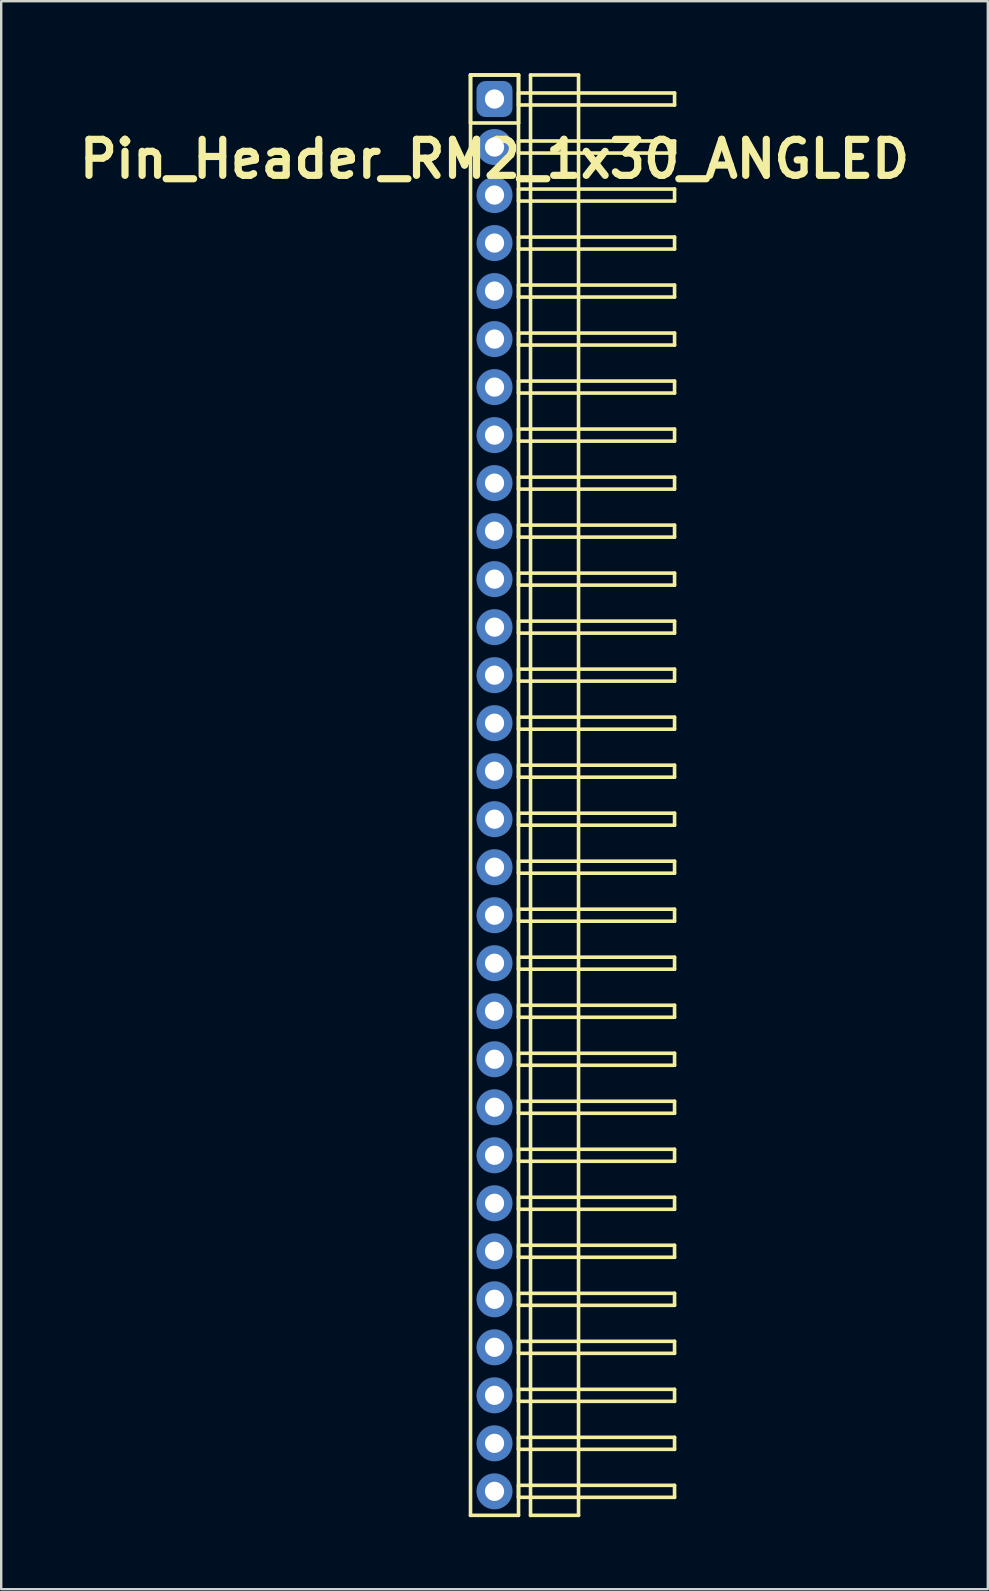
<source format=kicad_pcb>
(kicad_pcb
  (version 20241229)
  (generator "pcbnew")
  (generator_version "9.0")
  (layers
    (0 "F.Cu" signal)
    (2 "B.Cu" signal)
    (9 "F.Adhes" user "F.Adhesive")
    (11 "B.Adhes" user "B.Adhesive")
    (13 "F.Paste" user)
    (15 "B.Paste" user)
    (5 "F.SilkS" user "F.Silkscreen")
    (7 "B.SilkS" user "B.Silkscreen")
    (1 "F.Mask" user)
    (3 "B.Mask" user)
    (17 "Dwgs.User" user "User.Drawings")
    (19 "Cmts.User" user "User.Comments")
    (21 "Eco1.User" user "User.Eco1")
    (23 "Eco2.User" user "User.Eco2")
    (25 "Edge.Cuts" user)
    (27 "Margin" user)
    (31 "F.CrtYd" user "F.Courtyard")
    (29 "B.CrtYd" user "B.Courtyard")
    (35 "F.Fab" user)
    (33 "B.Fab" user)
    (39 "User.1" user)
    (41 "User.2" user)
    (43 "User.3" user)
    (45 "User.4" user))
  (footprint "Pin_Header_RM2_1x30_ANGLED"
    (layer "F.Cu")
    (at 17.55 1.075)
    (property "Reference" "Pin_Header_RM2_1x30_ANGLED" (at 0 2.5 0) (layer "F.SilkS") (effects (font (size 1.5 1.5) (thickness 0.3))))
    (attr through_hole)
    (fp_line (start -1 -1) (end 1 -1) (stroke (width 0.15) (type solid)) (layer "F.SilkS"))
    (fp_line (start -1 -1) (end 1 -1) (stroke (width 0.15) (type solid)) (layer "F.SilkS"))
    (fp_line (start -1 1) (end -1 -1) (stroke (width 0.15) (type solid)) (layer "F.SilkS"))
    (fp_line (start -1 59) (end -1 -1) (stroke (width 0.15) (type solid)) (layer "F.SilkS"))
    (fp_line (start 1 -1) (end 1 1) (stroke (width 0.15) (type solid)) (layer "F.SilkS"))
    (fp_line (start 1 -1) (end 1 59) (stroke (width 0.15) (type solid)) (layer "F.SilkS"))
    (fp_line (start 1 -0.25) (end 7.5 -0.25) (stroke (width 0.15) (type solid)) (layer "F.SilkS"))
    (fp_line (start 1 0.25) (end 1 -0.25) (stroke (width 0.15) (type solid)) (layer "F.SilkS"))
    (fp_line (start 1 1) (end -1 1) (stroke (width 0.15) (type solid)) (layer "F.SilkS"))
    (fp_line (start 1 1.75) (end 7.5 1.75) (stroke (width 0.15) (type solid)) (layer "F.SilkS"))
    (fp_line (start 1 2.25) (end 1 1.75) (stroke (width 0.15) (type solid)) (layer "F.SilkS"))
    (fp_line (start 1 3.75) (end 7.5 3.75) (stroke (width 0.15) (type solid)) (layer "F.SilkS"))
    (fp_line (start 1 4.25) (end 1 3.75) (stroke (width 0.15) (type solid)) (layer "F.SilkS"))
    (fp_line (start 1 5.75) (end 7.5 5.75) (stroke (width 0.15) (type solid)) (layer "F.SilkS"))
    (fp_line (start 1 6.25) (end 1 5.75) (stroke (width 0.15) (type solid)) (layer "F.SilkS"))
    (fp_line (start 1 7.75) (end 7.5 7.75) (stroke (width 0.15) (type solid)) (layer "F.SilkS"))
    (fp_line (start 1 8.25) (end 1 7.75) (stroke (width 0.15) (type solid)) (layer "F.SilkS"))
    (fp_line (start 1 9.75) (end 7.5 9.75) (stroke (width 0.15) (type solid)) (layer "F.SilkS"))
    (fp_line (start 1 10.25) (end 1 9.75) (stroke (width 0.15) (type solid)) (layer "F.SilkS"))
    (fp_line (start 1 11.75) (end 7.5 11.75) (stroke (width 0.15) (type solid)) (layer "F.SilkS"))
    (fp_line (start 1 12.25) (end 1 11.75) (stroke (width 0.15) (type solid)) (layer "F.SilkS"))
    (fp_line (start 1 13.75) (end 7.5 13.75) (stroke (width 0.15) (type solid)) (layer "F.SilkS"))
    (fp_line (start 1 14.25) (end 1 13.75) (stroke (width 0.15) (type solid)) (layer "F.SilkS"))
    (fp_line (start 1 15.75) (end 7.5 15.75) (stroke (width 0.15) (type solid)) (layer "F.SilkS"))
    (fp_line (start 1 16.25) (end 1 15.75) (stroke (width 0.15) (type solid)) (layer "F.SilkS"))
    (fp_line (start 1 17.75) (end 7.5 17.75) (stroke (width 0.15) (type solid)) (layer "F.SilkS"))
    (fp_line (start 1 18.25) (end 1 17.75) (stroke (width 0.15) (type solid)) (layer "F.SilkS"))
    (fp_line (start 1 19.75) (end 7.5 19.75) (stroke (width 0.15) (type solid)) (layer "F.SilkS"))
    (fp_line (start 1 20.25) (end 1 19.75) (stroke (width 0.15) (type solid)) (layer "F.SilkS"))
    (fp_line (start 1 21.75) (end 7.5 21.75) (stroke (width 0.15) (type solid)) (layer "F.SilkS"))
    (fp_line (start 1 22.25) (end 1 21.75) (stroke (width 0.15) (type solid)) (layer "F.SilkS"))
    (fp_line (start 1 23.75) (end 7.5 23.75) (stroke (width 0.15) (type solid)) (layer "F.SilkS"))
    (fp_line (start 1 24.25) (end 1 23.75) (stroke (width 0.15) (type solid)) (layer "F.SilkS"))
    (fp_line (start 1 25.75) (end 7.5 25.75) (stroke (width 0.15) (type solid)) (layer "F.SilkS"))
    (fp_line (start 1 26.25) (end 1 25.75) (stroke (width 0.15) (type solid)) (layer "F.SilkS"))
    (fp_line (start 1 27.75) (end 7.5 27.75) (stroke (width 0.15) (type solid)) (layer "F.SilkS"))
    (fp_line (start 1 28.25) (end 1 27.75) (stroke (width 0.15) (type solid)) (layer "F.SilkS"))
    (fp_line (start 1 29.75) (end 7.5 29.75) (stroke (width 0.15) (type solid)) (layer "F.SilkS"))
    (fp_line (start 1 30.25) (end 1 29.75) (stroke (width 0.15) (type solid)) (layer "F.SilkS"))
    (fp_line (start 1 31.75) (end 7.5 31.75) (stroke (width 0.15) (type solid)) (layer "F.SilkS"))
    (fp_line (start 1 32.25) (end 1 31.75) (stroke (width 0.15) (type solid)) (layer "F.SilkS"))
    (fp_line (start 1 33.75) (end 7.5 33.75) (stroke (width 0.15) (type solid)) (layer "F.SilkS"))
    (fp_line (start 1 34.25) (end 1 33.75) (stroke (width 0.15) (type solid)) (layer "F.SilkS"))
    (fp_line (start 1 35.75) (end 7.5 35.75) (stroke (width 0.15) (type solid)) (layer "F.SilkS"))
    (fp_line (start 1 36.25) (end 1 35.75) (stroke (width 0.15) (type solid)) (layer "F.SilkS"))
    (fp_line (start 1 37.75) (end 7.5 37.75) (stroke (width 0.15) (type solid)) (layer "F.SilkS"))
    (fp_line (start 1 38.25) (end 1 37.75) (stroke (width 0.15) (type solid)) (layer "F.SilkS"))
    (fp_line (start 1 39.75) (end 7.5 39.75) (stroke (width 0.15) (type solid)) (layer "F.SilkS"))
    (fp_line (start 1 40.25) (end 1 39.75) (stroke (width 0.15) (type solid)) (layer "F.SilkS"))
    (fp_line (start 1 41.75) (end 7.5 41.75) (stroke (width 0.15) (type solid)) (layer "F.SilkS"))
    (fp_line (start 1 42.25) (end 1 41.75) (stroke (width 0.15) (type solid)) (layer "F.SilkS"))
    (fp_line (start 1 43.75) (end 7.5 43.75) (stroke (width 0.15) (type solid)) (layer "F.SilkS"))
    (fp_line (start 1 44.25) (end 1 43.75) (stroke (width 0.15) (type solid)) (layer "F.SilkS"))
    (fp_line (start 1 45.75) (end 7.5 45.75) (stroke (width 0.15) (type solid)) (layer "F.SilkS"))
    (fp_line (start 1 46.25) (end 1 45.75) (stroke (width 0.15) (type solid)) (layer "F.SilkS"))
    (fp_line (start 1 47.75) (end 7.5 47.75) (stroke (width 0.15) (type solid)) (layer "F.SilkS"))
    (fp_line (start 1 48.25) (end 1 47.75) (stroke (width 0.15) (type solid)) (layer "F.SilkS"))
    (fp_line (start 1 49.75) (end 7.5 49.75) (stroke (width 0.15) (type solid)) (layer "F.SilkS"))
    (fp_line (start 1 50.25) (end 1 49.75) (stroke (width 0.15) (type solid)) (layer "F.SilkS"))
    (fp_line (start 1 51.75) (end 7.5 51.75) (stroke (width 0.15) (type solid)) (layer "F.SilkS"))
    (fp_line (start 1 52.25) (end 1 51.75) (stroke (width 0.15) (type solid)) (layer "F.SilkS"))
    (fp_line (start 1 53.75) (end 7.5 53.75) (stroke (width 0.15) (type solid)) (layer "F.SilkS"))
    (fp_line (start 1 54.25) (end 1 53.75) (stroke (width 0.15) (type solid)) (layer "F.SilkS"))
    (fp_line (start 1 55.75) (end 7.5 55.75) (stroke (width 0.15) (type solid)) (layer "F.SilkS"))
    (fp_line (start 1 56.25) (end 1 55.75) (stroke (width 0.15) (type solid)) (layer "F.SilkS"))
    (fp_line (start 1 57.75) (end 7.5 57.75) (stroke (width 0.15) (type solid)) (layer "F.SilkS"))
    (fp_line (start 1 58.25) (end 1 57.75) (stroke (width 0.15) (type solid)) (layer "F.SilkS"))
    (fp_line (start 1 59) (end -1 59) (stroke (width 0.15) (type solid)) (layer "F.SilkS"))
    (fp_line (start 1.5 -1) (end 3.5 -1) (stroke (width 0.15) (type solid)) (layer "F.SilkS"))
    (fp_line (start 1.5 59) (end 1.5 -1) (stroke (width 0.15) (type solid)) (layer "F.SilkS"))
    (fp_line (start 3.5 -1) (end 3.5 59) (stroke (width 0.15) (type solid)) (layer "F.SilkS"))
    (fp_line (start 3.5 59) (end 1.5 59) (stroke (width 0.15) (type solid)) (layer "F.SilkS"))
    (fp_line (start 7.5 -0.25) (end 7.5 0.25) (stroke (width 0.15) (type solid)) (layer "F.SilkS"))
    (fp_line (start 7.5 0.25) (end 1 0.25) (stroke (width 0.15) (type solid)) (layer "F.SilkS"))
    (fp_line (start 7.5 1.75) (end 7.5 2.25) (stroke (width 0.15) (type solid)) (layer "F.SilkS"))
    (fp_line (start 7.5 2.25) (end 1 2.25) (stroke (width 0.15) (type solid)) (layer "F.SilkS"))
    (fp_line (start 7.5 3.75) (end 7.5 4.25) (stroke (width 0.15) (type solid)) (layer "F.SilkS"))
    (fp_line (start 7.5 4.25) (end 1 4.25) (stroke (width 0.15) (type solid)) (layer "F.SilkS"))
    (fp_line (start 7.5 5.75) (end 7.5 6.25) (stroke (width 0.15) (type solid)) (layer "F.SilkS"))
    (fp_line (start 7.5 6.25) (end 1 6.25) (stroke (width 0.15) (type solid)) (layer "F.SilkS"))
    (fp_line (start 7.5 7.75) (end 7.5 8.25) (stroke (width 0.15) (type solid)) (layer "F.SilkS"))
    (fp_line (start 7.5 8.25) (end 1 8.25) (stroke (width 0.15) (type solid)) (layer "F.SilkS"))
    (fp_line (start 7.5 9.75) (end 7.5 10.25) (stroke (width 0.15) (type solid)) (layer "F.SilkS"))
    (fp_line (start 7.5 10.25) (end 1 10.25) (stroke (width 0.15) (type solid)) (layer "F.SilkS"))
    (fp_line (start 7.5 11.75) (end 7.5 12.25) (stroke (width 0.15) (type solid)) (layer "F.SilkS"))
    (fp_line (start 7.5 12.25) (end 1 12.25) (stroke (width 0.15) (type solid)) (layer "F.SilkS"))
    (fp_line (start 7.5 13.75) (end 7.5 14.25) (stroke (width 0.15) (type solid)) (layer "F.SilkS"))
    (fp_line (start 7.5 14.25) (end 1 14.25) (stroke (width 0.15) (type solid)) (layer "F.SilkS"))
    (fp_line (start 7.5 15.75) (end 7.5 16.25) (stroke (width 0.15) (type solid)) (layer "F.SilkS"))
    (fp_line (start 7.5 16.25) (end 1 16.25) (stroke (width 0.15) (type solid)) (layer "F.SilkS"))
    (fp_line (start 7.5 17.75) (end 7.5 18.25) (stroke (width 0.15) (type solid)) (layer "F.SilkS"))
    (fp_line (start 7.5 18.25) (end 1 18.25) (stroke (width 0.15) (type solid)) (layer "F.SilkS"))
    (fp_line (start 7.5 19.75) (end 7.5 20.25) (stroke (width 0.15) (type solid)) (layer "F.SilkS"))
    (fp_line (start 7.5 20.25) (end 1 20.25) (stroke (width 0.15) (type solid)) (layer "F.SilkS"))
    (fp_line (start 7.5 21.75) (end 7.5 22.25) (stroke (width 0.15) (type solid)) (layer "F.SilkS"))
    (fp_line (start 7.5 22.25) (end 1 22.25) (stroke (width 0.15) (type solid)) (layer "F.SilkS"))
    (fp_line (start 7.5 23.75) (end 7.5 24.25) (stroke (width 0.15) (type solid)) (layer "F.SilkS"))
    (fp_line (start 7.5 24.25) (end 1 24.25) (stroke (width 0.15) (type solid)) (layer "F.SilkS"))
    (fp_line (start 7.5 25.75) (end 7.5 26.25) (stroke (width 0.15) (type solid)) (layer "F.SilkS"))
    (fp_line (start 7.5 26.25) (end 1 26.25) (stroke (width 0.15) (type solid)) (layer "F.SilkS"))
    (fp_line (start 7.5 27.75) (end 7.5 28.25) (stroke (width 0.15) (type solid)) (layer "F.SilkS"))
    (fp_line (start 7.5 28.25) (end 1 28.25) (stroke (width 0.15) (type solid)) (layer "F.SilkS"))
    (fp_line (start 7.5 29.75) (end 7.5 30.25) (stroke (width 0.15) (type solid)) (layer "F.SilkS"))
    (fp_line (start 7.5 30.25) (end 1 30.25) (stroke (width 0.15) (type solid)) (layer "F.SilkS"))
    (fp_line (start 7.5 31.75) (end 7.5 32.25) (stroke (width 0.15) (type solid)) (layer "F.SilkS"))
    (fp_line (start 7.5 32.25) (end 1 32.25) (stroke (width 0.15) (type solid)) (layer "F.SilkS"))
    (fp_line (start 7.5 33.75) (end 7.5 34.25) (stroke (width 0.15) (type solid)) (layer "F.SilkS"))
    (fp_line (start 7.5 34.25) (end 1 34.25) (stroke (width 0.15) (type solid)) (layer "F.SilkS"))
    (fp_line (start 7.5 35.75) (end 7.5 36.25) (stroke (width 0.15) (type solid)) (layer "F.SilkS"))
    (fp_line (start 7.5 36.25) (end 1 36.25) (stroke (width 0.15) (type solid)) (layer "F.SilkS"))
    (fp_line (start 7.5 37.75) (end 7.5 38.25) (stroke (width 0.15) (type solid)) (layer "F.SilkS"))
    (fp_line (start 7.5 38.25) (end 1 38.25) (stroke (width 0.15) (type solid)) (layer "F.SilkS"))
    (fp_line (start 7.5 39.75) (end 7.5 40.25) (stroke (width 0.15) (type solid)) (layer "F.SilkS"))
    (fp_line (start 7.5 40.25) (end 1 40.25) (stroke (width 0.15) (type solid)) (layer "F.SilkS"))
    (fp_line (start 7.5 41.75) (end 7.5 42.25) (stroke (width 0.15) (type solid)) (layer "F.SilkS"))
    (fp_line (start 7.5 42.25) (end 1 42.25) (stroke (width 0.15) (type solid)) (layer "F.SilkS"))
    (fp_line (start 7.5 43.75) (end 7.5 44.25) (stroke (width 0.15) (type solid)) (layer "F.SilkS"))
    (fp_line (start 7.5 44.25) (end 1 44.25) (stroke (width 0.15) (type solid)) (layer "F.SilkS"))
    (fp_line (start 7.5 45.75) (end 7.5 46.25) (stroke (width 0.15) (type solid)) (layer "F.SilkS"))
    (fp_line (start 7.5 46.25) (end 1 46.25) (stroke (width 0.15) (type solid)) (layer "F.SilkS"))
    (fp_line (start 7.5 47.75) (end 7.5 48.25) (stroke (width 0.15) (type solid)) (layer "F.SilkS"))
    (fp_line (start 7.5 48.25) (end 1 48.25) (stroke (width 0.15) (type solid)) (layer "F.SilkS"))
    (fp_line (start 7.5 49.75) (end 7.5 50.25) (stroke (width 0.15) (type solid)) (layer "F.SilkS"))
    (fp_line (start 7.5 50.25) (end 1 50.25) (stroke (width 0.15) (type solid)) (layer "F.SilkS"))
    (fp_line (start 7.5 51.75) (end 7.5 52.25) (stroke (width 0.15) (type solid)) (layer "F.SilkS"))
    (fp_line (start 7.5 52.25) (end 1 52.25) (stroke (width 0.15) (type solid)) (layer "F.SilkS"))
    (fp_line (start 7.5 53.75) (end 7.5 54.25) (stroke (width 0.15) (type solid)) (layer "F.SilkS"))
    (fp_line (start 7.5 54.25) (end 1 54.25) (stroke (width 0.15) (type solid)) (layer "F.SilkS"))
    (fp_line (start 7.5 55.75) (end 7.5 56.25) (stroke (width 0.15) (type solid)) (layer "F.SilkS"))
    (fp_line (start 7.5 56.25) (end 1 56.25) (stroke (width 0.15) (type solid)) (layer "F.SilkS"))
    (fp_line (start 7.5 57.75) (end 7.5 58.25) (stroke (width 0.15) (type solid)) (layer "F.SilkS"))
    (fp_line (start 7.5 58.25) (end 1 58.25) (stroke (width 0.15) (type solid)) (layer "F.SilkS"))
    (pad "1" thru_hole circle (at 0 0) (size 1.1 1.1) (drill 0.8) (layers "*.Cu" "*.Mask"))
    (pad "1" smd roundrect (at 0 0) (size 1.25 1.25) (layers "F.Cu" "F.Mask") (roundrect_rratio 0.25))
    (pad "1" smd roundrect (at 0 0) (size 1.5 1.5) (layers "B.Cu" "B.Mask") (roundrect_rratio 0.25))
    (pad "2" thru_hole circle (at 0 2) (size 1.1 1.1) (drill 0.8) (layers "*.Cu" "*.Mask"))
    (pad "2" smd circle (at 0 2) (size 1.25 1.25) (layers "F.Cu" "F.Mask"))
    (pad "2" smd circle (at 0 2) (size 1.5 1.5) (layers "B.Cu" "B.Mask"))
    (pad "3" thru_hole circle (at 0 4) (size 1.1 1.1) (drill 0.8) (layers "*.Cu" "*.Mask"))
    (pad "3" smd circle (at 0 4) (size 1.25 1.25) (layers "F.Cu" "F.Mask"))
    (pad "3" smd circle (at 0 4) (size 1.5 1.5) (layers "B.Cu" "B.Mask"))
    (pad "4" thru_hole circle (at 0 6) (size 1.1 1.1) (drill 0.8) (layers "*.Cu" "*.Mask"))
    (pad "4" smd circle (at 0 6) (size 1.25 1.25) (layers "F.Cu" "F.Mask"))
    (pad "4" smd circle (at 0 6) (size 1.5 1.5) (layers "B.Cu" "B.Mask"))
    (pad "5" thru_hole circle (at 0 8) (size 1.1 1.1) (drill 0.8) (layers "*.Cu" "*.Mask"))
    (pad "5" smd circle (at 0 8) (size 1.25 1.25) (layers "F.Cu" "F.Mask"))
    (pad "5" smd circle (at 0 8) (size 1.5 1.5) (layers "B.Cu" "B.Mask"))
    (pad "6" thru_hole circle (at 0 10) (size 1.1 1.1) (drill 0.8) (layers "*.Cu" "*.Mask"))
    (pad "6" smd circle (at 0 10) (size 1.25 1.25) (layers "F.Cu" "F.Mask"))
    (pad "6" smd circle (at 0 10) (size 1.5 1.5) (layers "B.Cu" "B.Mask"))
    (pad "7" thru_hole circle (at 0 12) (size 1.1 1.1) (drill 0.8) (layers "*.Cu" "*.Mask"))
    (pad "7" smd circle (at 0 12) (size 1.25 1.25) (layers "F.Cu" "F.Mask"))
    (pad "7" smd circle (at 0 12) (size 1.5 1.5) (layers "B.Cu" "B.Mask"))
    (pad "8" thru_hole circle (at 0 14) (size 1.1 1.1) (drill 0.8) (layers "*.Cu" "*.Mask"))
    (pad "8" smd circle (at 0 14) (size 1.25 1.25) (layers "F.Cu" "F.Mask"))
    (pad "8" smd circle (at 0 14) (size 1.5 1.5) (layers "B.Cu" "B.Mask"))
    (pad "9" thru_hole circle (at 0 16) (size 1.1 1.1) (drill 0.8) (layers "*.Cu" "*.Mask"))
    (pad "9" smd circle (at 0 16) (size 1.25 1.25) (layers "F.Cu" "F.Mask"))
    (pad "9" smd circle (at 0 16) (size 1.5 1.5) (layers "B.Cu" "B.Mask"))
    (pad "10" thru_hole circle (at 0 18) (size 1.1 1.1) (drill 0.8) (layers "*.Cu" "*.Mask"))
    (pad "10" smd circle (at 0 18) (size 1.25 1.25) (layers "F.Cu" "F.Mask"))
    (pad "10" smd circle (at 0 18) (size 1.5 1.5) (layers "B.Cu" "B.Mask"))
    (pad "11" thru_hole circle (at 0 20) (size 1.1 1.1) (drill 0.8) (layers "*.Cu" "*.Mask"))
    (pad "11" smd circle (at 0 20) (size 1.25 1.25) (layers "F.Cu" "F.Mask"))
    (pad "11" smd circle (at 0 20) (size 1.5 1.5) (layers "B.Cu" "B.Mask"))
    (pad "12" thru_hole circle (at 0 22) (size 1.1 1.1) (drill 0.8) (layers "*.Cu" "*.Mask"))
    (pad "12" smd circle (at 0 22) (size 1.25 1.25) (layers "F.Cu" "F.Mask"))
    (pad "12" smd circle (at 0 22) (size 1.5 1.5) (layers "B.Cu" "B.Mask"))
    (pad "13" thru_hole circle (at 0 24) (size 1.1 1.1) (drill 0.8) (layers "*.Cu" "*.Mask"))
    (pad "13" smd circle (at 0 24) (size 1.25 1.25) (layers "F.Cu" "F.Mask"))
    (pad "13" smd circle (at 0 24) (size 1.5 1.5) (layers "B.Cu" "B.Mask"))
    (pad "14" thru_hole circle (at 0 26) (size 1.1 1.1) (drill 0.8) (layers "*.Cu" "*.Mask"))
    (pad "14" smd circle (at 0 26) (size 1.25 1.25) (layers "F.Cu" "F.Mask"))
    (pad "14" smd circle (at 0 26) (size 1.5 1.5) (layers "B.Cu" "B.Mask"))
    (pad "15" thru_hole circle (at 0 28) (size 1.1 1.1) (drill 0.8) (layers "*.Cu" "*.Mask"))
    (pad "15" smd circle (at 0 28) (size 1.25 1.25) (layers "F.Cu" "F.Mask"))
    (pad "15" smd circle (at 0 28) (size 1.5 1.5) (layers "B.Cu" "B.Mask"))
    (pad "16" thru_hole circle (at 0 30) (size 1.1 1.1) (drill 0.8) (layers "*.Cu" "*.Mask"))
    (pad "16" smd circle (at 0 30) (size 1.25 1.25) (layers "F.Cu" "F.Mask"))
    (pad "16" smd circle (at 0 30) (size 1.5 1.5) (layers "B.Cu" "B.Mask"))
    (pad "17" thru_hole circle (at 0 32) (size 1.1 1.1) (drill 0.8) (layers "*.Cu" "*.Mask"))
    (pad "17" smd circle (at 0 32) (size 1.25 1.25) (layers "F.Cu" "F.Mask"))
    (pad "17" smd circle (at 0 32) (size 1.5 1.5) (layers "B.Cu" "B.Mask"))
    (pad "18" thru_hole circle (at 0 34) (size 1.1 1.1) (drill 0.8) (layers "*.Cu" "*.Mask"))
    (pad "18" smd circle (at 0 34) (size 1.25 1.25) (layers "F.Cu" "F.Mask"))
    (pad "18" smd circle (at 0 34) (size 1.5 1.5) (layers "B.Cu" "B.Mask"))
    (pad "19" thru_hole circle (at 0 36) (size 1.1 1.1) (drill 0.8) (layers "*.Cu" "*.Mask"))
    (pad "19" smd circle (at 0 36) (size 1.25 1.25) (layers "F.Cu" "F.Mask"))
    (pad "19" smd circle (at 0 36) (size 1.5 1.5) (layers "B.Cu" "B.Mask"))
    (pad "20" thru_hole circle (at 0 38) (size 1.1 1.1) (drill 0.8) (layers "*.Cu" "*.Mask"))
    (pad "20" smd circle (at 0 38) (size 1.25 1.25) (layers "F.Cu" "F.Mask"))
    (pad "20" smd circle (at 0 38) (size 1.5 1.5) (layers "B.Cu" "B.Mask"))
    (pad "21" thru_hole circle (at 0 40) (size 1.1 1.1) (drill 0.8) (layers "*.Cu" "*.Mask"))
    (pad "21" smd circle (at 0 40) (size 1.25 1.25) (layers "F.Cu" "F.Mask"))
    (pad "21" smd circle (at 0 40) (size 1.5 1.5) (layers "B.Cu" "B.Mask"))
    (pad "22" thru_hole circle (at 0 42) (size 1.1 1.1) (drill 0.8) (layers "*.Cu" "*.Mask"))
    (pad "22" smd circle (at 0 42) (size 1.25 1.25) (layers "F.Cu" "F.Mask"))
    (pad "22" smd circle (at 0 42) (size 1.5 1.5) (layers "B.Cu" "B.Mask"))
    (pad "23" thru_hole circle (at 0 44) (size 1.1 1.1) (drill 0.8) (layers "*.Cu" "*.Mask"))
    (pad "23" smd circle (at 0 44) (size 1.25 1.25) (layers "F.Cu" "F.Mask"))
    (pad "23" smd circle (at 0 44) (size 1.5 1.5) (layers "B.Cu" "B.Mask"))
    (pad "24" thru_hole circle (at 0 46) (size 1.1 1.1) (drill 0.8) (layers "*.Cu" "*.Mask"))
    (pad "24" smd circle (at 0 46) (size 1.25 1.25) (layers "F.Cu" "F.Mask"))
    (pad "24" smd circle (at 0 46) (size 1.5 1.5) (layers "B.Cu" "B.Mask"))
    (pad "25" thru_hole circle (at 0 48) (size 1.1 1.1) (drill 0.8) (layers "*.Cu" "*.Mask"))
    (pad "25" smd circle (at 0 48) (size 1.25 1.25) (layers "F.Cu" "F.Mask"))
    (pad "25" smd circle (at 0 48) (size 1.5 1.5) (layers "B.Cu" "B.Mask"))
    (pad "26" thru_hole circle (at 0 50) (size 1.1 1.1) (drill 0.8) (layers "*.Cu" "*.Mask"))
    (pad "26" smd circle (at 0 50) (size 1.25 1.25) (layers "F.Cu" "F.Mask"))
    (pad "26" smd circle (at 0 50) (size 1.5 1.5) (layers "B.Cu" "B.Mask"))
    (pad "27" thru_hole circle (at 0 52) (size 1.1 1.1) (drill 0.8) (layers "*.Cu" "*.Mask"))
    (pad "27" smd circle (at 0 52) (size 1.25 1.25) (layers "F.Cu" "F.Mask"))
    (pad "27" smd circle (at 0 52) (size 1.5 1.5) (layers "B.Cu" "B.Mask"))
    (pad "28" thru_hole circle (at 0 54) (size 1.1 1.1) (drill 0.8) (layers "*.Cu" "*.Mask"))
    (pad "28" smd circle (at 0 54) (size 1.25 1.25) (layers "F.Cu" "F.Mask"))
    (pad "28" smd circle (at 0 54) (size 1.5 1.5) (layers "B.Cu" "B.Mask"))
    (pad "29" thru_hole circle (at 0 56) (size 1.1 1.1) (drill 0.8) (layers "*.Cu" "*.Mask"))
    (pad "29" smd circle (at 0 56) (size 1.25 1.25) (layers "F.Cu" "F.Mask"))
    (pad "29" smd circle (at 0 56) (size 1.5 1.5) (layers "B.Cu" "B.Mask"))
    (pad "30" thru_hole circle (at 0 58) (size 1.1 1.1) (drill 0.8) (layers "*.Cu" "*.Mask"))
    (pad "30" smd circle (at 0 58) (size 1.25 1.25) (layers "F.Cu" "F.Mask"))
    (pad "30" smd circle (at 0 58) (size 1.5 1.5) (layers "B.Cu" "B.Mask")))
  (gr_rect
    (start -3 -3)
    (end 38.1 63.15)
    (stroke (width 0.1) (type default))
    (fill no)
    (layer "Edge.Cuts")))
</source>
